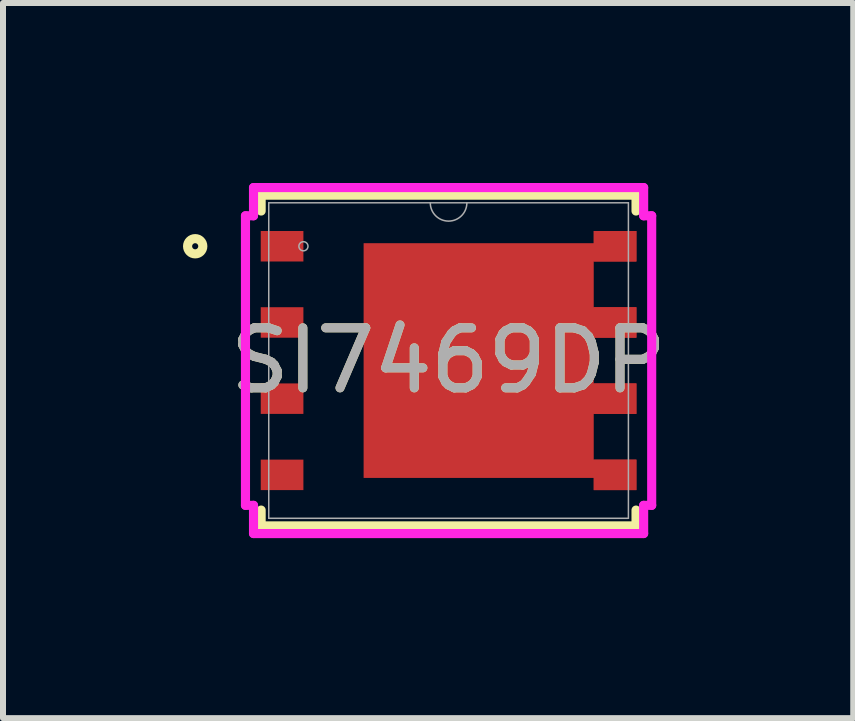
<source format=kicad_pcb>
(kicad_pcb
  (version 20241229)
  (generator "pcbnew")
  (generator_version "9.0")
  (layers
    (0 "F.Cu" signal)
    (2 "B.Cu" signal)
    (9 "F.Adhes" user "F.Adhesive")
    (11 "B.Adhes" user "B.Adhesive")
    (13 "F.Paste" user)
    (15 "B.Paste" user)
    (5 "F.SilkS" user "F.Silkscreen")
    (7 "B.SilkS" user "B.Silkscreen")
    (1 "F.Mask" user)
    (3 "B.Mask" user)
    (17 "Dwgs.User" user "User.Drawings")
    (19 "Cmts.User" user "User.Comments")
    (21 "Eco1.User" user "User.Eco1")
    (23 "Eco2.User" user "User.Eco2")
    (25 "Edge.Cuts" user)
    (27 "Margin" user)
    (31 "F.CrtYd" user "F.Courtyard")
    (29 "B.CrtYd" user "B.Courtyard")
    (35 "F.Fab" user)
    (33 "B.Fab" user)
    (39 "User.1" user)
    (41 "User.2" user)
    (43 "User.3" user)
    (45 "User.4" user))
  (footprint "SI7469DP"
    (layer "F.Cu")
    (at 4.426 2.959)
    (property "Reference" "SI7469DP" (at 0 0 0) (unlocked yes) (layer "F.SilkS") (effects (font (size 1 1) (thickness 0.15))))
    (attr smd)
    (fp_poly (pts (xy -1.416 -1.956) (xy -1.416 1.956) (xy 2.419 1.956) (xy 2.419 2.159) (xy 3.131 2.159) (xy 3.131 1.651) (xy 2.419 1.651) (xy 2.419 0.889) (xy 3.131 0.889) (xy 3.131 0.381) (xy 2.419 0.381) (xy 2.419 -0.381) (xy 3.131 -0.381) (xy 3.131 -0.889) (xy 2.419 -0.889) (xy 2.419 -1.651) (xy 3.131 -1.651) (xy 3.131 -2.159) (xy 2.419 -2.159) (xy 2.419 -1.956)) (stroke (width 0) (type solid)) (fill yes) (layer "F.Cu"))
    (fp_poly (pts (xy -1.416 -1.956) (xy -1.416 1.956) (xy 2.419 1.956) (xy 2.419 2.159) (xy 3.131 2.159) (xy 3.131 1.651) (xy 2.419 1.651) (xy 2.419 0.889) (xy 3.131 0.889) (xy 3.131 0.381) (xy 2.419 0.381) (xy 2.419 -0.381) (xy 3.131 -0.381) (xy 3.131 -0.889) (xy 2.419 -0.889) (xy 2.419 -1.651) (xy 3.131 -1.651) (xy 3.131 -2.159) (xy 2.419 -2.159) (xy 2.419 -1.956)) (stroke (width 0) (type solid)) (fill yes) (layer "F.Mask"))
    (fp_line (start -3.124 -2.756) (end -3.124 -2.492) (stroke (width 0.152) (type solid)) (layer "F.SilkS"))
    (fp_line (start -3.124 2.492) (end -3.124 2.756) (stroke (width 0.152) (type solid)) (layer "F.SilkS"))
    (fp_line (start -3.124 2.756) (end 3.124 2.756) (stroke (width 0.152) (type solid)) (layer "F.SilkS"))
    (fp_line (start 3.124 -2.756) (end -3.124 -2.756) (stroke (width 0.152) (type solid)) (layer "F.SilkS"))
    (fp_line (start 3.124 -2.492) (end 3.124 -2.756) (stroke (width 0.152) (type solid)) (layer "F.SilkS"))
    (fp_line (start 3.124 2.756) (end 3.124 2.492) (stroke (width 0.152) (type solid)) (layer "F.SilkS"))
    (fp_circle (center -4.223 -1.905) (end -4.096 -1.905) (stroke (width 0.152) (type solid)) (fill no) (layer "F.SilkS"))
    (fp_poly (pts (xy -1.818 -1.856) (xy -1.818 -0.752) (xy -0.739 -0.752) (xy -0.739 -1.856)) (stroke (width 0) (type solid)) (fill yes) (layer "F.Paste"))
    (fp_poly (pts (xy -1.818 -0.552) (xy -1.818 0.552) (xy -0.739 0.552) (xy -0.739 -0.552)) (stroke (width 0) (type solid)) (fill yes) (layer "F.Paste"))
    (fp_poly (pts (xy -1.818 0.752) (xy -1.818 1.856) (xy -0.739 1.856) (xy -0.739 0.752)) (stroke (width 0) (type solid)) (fill yes) (layer "F.Paste"))
    (fp_poly (pts (xy -0.539 -1.856) (xy -0.539 -0.752) (xy 0.539 -0.752) (xy 0.539 -1.856)) (stroke (width 0) (type solid)) (fill yes) (layer "F.Paste"))
    (fp_poly (pts (xy -0.539 -0.552) (xy -0.539 0.552) (xy 0.539 0.552) (xy 0.539 -0.552)) (stroke (width 0) (type solid)) (fill yes) (layer "F.Paste"))
    (fp_poly (pts (xy -0.539 0.752) (xy -0.539 1.856) (xy 0.539 1.856) (xy 0.539 0.752)) (stroke (width 0) (type solid)) (fill yes) (layer "F.Paste"))
    (fp_poly (pts (xy 0.739 -1.856) (xy 0.739 -0.752) (xy 1.818 -0.752) (xy 1.818 -1.856)) (stroke (width 0) (type solid)) (fill yes) (layer "F.Paste"))
    (fp_poly (pts (xy 0.739 -0.552) (xy 0.739 0.552) (xy 1.818 0.552) (xy 1.818 -0.552)) (stroke (width 0) (type solid)) (fill yes) (layer "F.Paste"))
    (fp_poly (pts (xy 0.739 0.752) (xy 0.739 1.856) (xy 1.818 1.856) (xy 1.818 0.752)) (stroke (width 0) (type solid)) (fill yes) (layer "F.Paste"))
    (fp_poly (pts (xy -1.416 -1.956) (xy -1.416 1.956) (xy 2.419 1.956) (xy 2.419 2.159) (xy 3.131 2.159) (xy 3.131 1.651) (xy 2.419 1.651) (xy 2.419 0.889) (xy 3.131 0.889) (xy 3.131 0.381) (xy 2.419 0.381) (xy 2.419 -0.381) (xy 3.131 -0.381) (xy 3.131 -0.889) (xy 2.419 -0.889) (xy 2.419 -1.651) (xy 3.131 -1.651) (xy 3.131 -2.159) (xy 2.419 -2.159) (xy 2.419 -1.956)) (stroke (width 0) (type solid)) (fill yes) (layer "F.Paste"))
    (fp_line (start -3.385 -2.413) (end -3.251 -2.413) (stroke (width 0.152) (type solid)) (layer "F.CrtYd"))
    (fp_line (start -3.385 2.413) (end -3.385 -2.413) (stroke (width 0.152) (type solid)) (layer "F.CrtYd"))
    (fp_line (start -3.385 2.413) (end -3.251 2.413) (stroke (width 0.152) (type solid)) (layer "F.CrtYd"))
    (fp_line (start -3.251 -2.883) (end 3.251 -2.883) (stroke (width 0.152) (type solid)) (layer "F.CrtYd"))
    (fp_line (start -3.251 -2.413) (end -3.251 -2.883) (stroke (width 0.152) (type solid)) (layer "F.CrtYd"))
    (fp_line (start -3.251 2.883) (end -3.251 2.413) (stroke (width 0.152) (type solid)) (layer "F.CrtYd"))
    (fp_line (start 3.251 -2.883) (end 3.251 -2.413) (stroke (width 0.152) (type solid)) (layer "F.CrtYd"))
    (fp_line (start 3.251 2.413) (end 3.251 2.883) (stroke (width 0.152) (type solid)) (layer "F.CrtYd"))
    (fp_line (start 3.251 2.883) (end -3.251 2.883) (stroke (width 0.152) (type solid)) (layer "F.CrtYd"))
    (fp_line (start 3.385 -2.413) (end 3.251 -2.413) (stroke (width 0.152) (type solid)) (layer "F.CrtYd"))
    (fp_line (start 3.385 -2.413) (end 3.385 2.413) (stroke (width 0.152) (type solid)) (layer "F.CrtYd"))
    (fp_line (start 3.385 2.413) (end 3.251 2.413) (stroke (width 0.152) (type solid)) (layer "F.CrtYd"))
    (fp_line (start -2.997 -2.629) (end -2.997 2.629) (stroke (width 0.025) (type solid)) (layer "F.Fab"))
    (fp_line (start -2.997 2.629) (end 2.997 2.629) (stroke (width 0.025) (type solid)) (layer "F.Fab"))
    (fp_line (start 2.997 -2.629) (end -2.997 -2.629) (stroke (width 0.025) (type solid)) (layer "F.Fab"))
    (fp_line (start 2.997 2.629) (end 2.997 -2.629) (stroke (width 0.025) (type solid)) (layer "F.Fab"))
    (fp_arc (start 0.3048 -2.6289) (mid 0 -2.3241) (end -0.3048 -2.6289) (stroke (width 0.0254) (type solid)) (layer "F.Fab"))
    (fp_circle (center -2.419 -1.905) (end -2.343 -1.905) (stroke (width 0.025) (type solid)) (fill no) (layer "F.Fab"))
    (fp_text user "${REFERENCE}" (at 0 0 0) (unlocked yes) (layer "F.Fab") (effects (font (size 1 1) (thickness 0.15))))
    (pad "1" smd rect (at -2.775 -1.905) (size 0.711 0.508) (layers "F.Cu" "F.Mask" "F.Paste"))
    (pad "2" smd rect (at -2.775 -0.635) (size 0.711 0.508) (layers "F.Cu" "F.Mask" "F.Paste"))
    (pad "3" smd rect (at -2.775 0.635) (size 0.711 0.508) (layers "F.Cu" "F.Mask" "F.Paste"))
    (pad "4" smd rect (at -2.775 1.905) (size 0.711 0.508) (layers "F.Cu" "F.Mask" "F.Paste"))
    (pad "5" smd rect (at 2.775 1.905) (size 0.711 0.508) (layers "F.Cu" "F.Mask" "F.Paste"))
    (pad "6" smd rect (at 2.775 0.635) (size 0.711 0.508) (layers "F.Cu" "F.Mask" "F.Paste"))
    (pad "7" smd rect (at 2.775 -0.635) (size 0.711 0.508) (layers "F.Cu" "F.Mask" "F.Paste"))
    (pad "8" smd rect (at 2.775 -1.905) (size 0.711 0.508) (layers "F.Cu" "F.Mask" "F.Paste")))
  (gr_rect
    (start -3 -3)
    (end 11.17 8.918)
    (stroke (width 0.1) (type default))
    (fill no)
    (layer "Edge.Cuts")))
</source>
